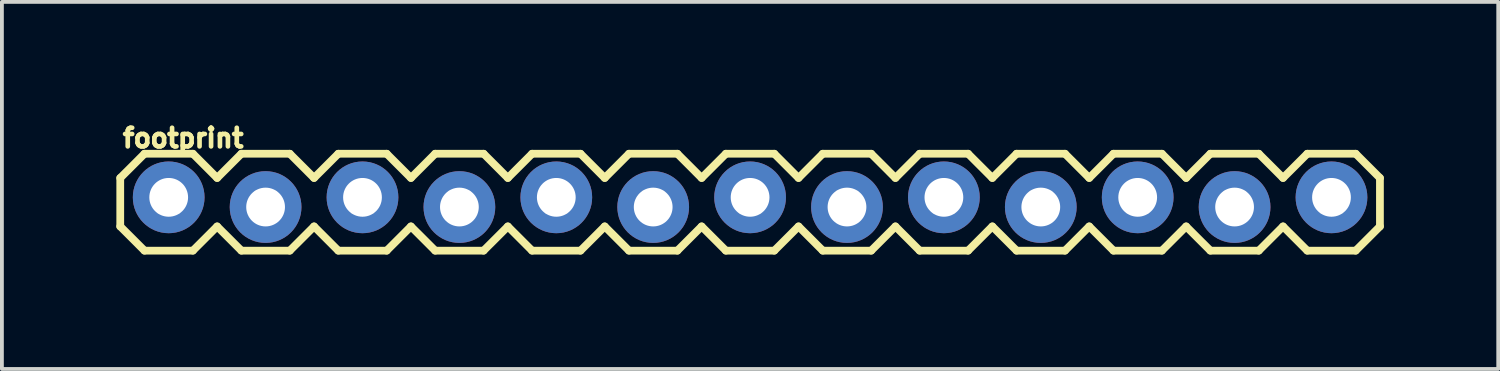
<source format=kicad_pcb>
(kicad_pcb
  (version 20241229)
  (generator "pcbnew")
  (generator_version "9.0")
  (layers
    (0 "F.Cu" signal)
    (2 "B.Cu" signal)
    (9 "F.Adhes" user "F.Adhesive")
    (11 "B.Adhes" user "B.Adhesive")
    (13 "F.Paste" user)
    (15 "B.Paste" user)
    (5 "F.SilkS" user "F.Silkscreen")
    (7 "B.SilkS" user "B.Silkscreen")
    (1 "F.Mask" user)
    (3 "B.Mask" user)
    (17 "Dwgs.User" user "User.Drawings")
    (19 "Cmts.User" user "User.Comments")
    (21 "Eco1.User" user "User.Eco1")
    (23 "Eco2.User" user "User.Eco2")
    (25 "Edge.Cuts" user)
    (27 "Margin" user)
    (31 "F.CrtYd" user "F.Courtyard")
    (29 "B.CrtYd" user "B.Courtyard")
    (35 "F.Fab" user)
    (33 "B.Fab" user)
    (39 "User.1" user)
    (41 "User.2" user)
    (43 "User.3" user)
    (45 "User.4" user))
  (footprint "footprint"
    (layer "F.Cu")
    (at 1.372 2.25)
    (property "Reference" "footprint" (at -1.27 -1.397 0) (layer "F.SilkS") (effects (font (size 0.488 0.488) (thickness 0.122)) (justify left bottom)))
    (fp_line (start -1.27 -0.635) (end -1.27 0.635) (stroke (width 0.203) (type solid)) (layer "F.SilkS"))
    (fp_line (start -1.27 0.635) (end -0.635 1.27) (stroke (width 0.203) (type solid)) (layer "F.SilkS"))
    (fp_line (start -0.635 -1.27) (end -1.27 -0.635) (stroke (width 0.203) (type solid)) (layer "F.SilkS"))
    (fp_line (start -0.635 -1.27) (end 0.635 -1.27) (stroke (width 0.203) (type solid)) (layer "F.SilkS"))
    (fp_line (start 0.635 -1.27) (end 1.27 -0.635) (stroke (width 0.203) (type solid)) (layer "F.SilkS"))
    (fp_line (start 0.635 1.27) (end -0.635 1.27) (stroke (width 0.203) (type solid)) (layer "F.SilkS"))
    (fp_line (start 1.27 -0.635) (end 1.905 -1.27) (stroke (width 0.203) (type solid)) (layer "F.SilkS"))
    (fp_line (start 1.27 0.635) (end 0.635 1.27) (stroke (width 0.203) (type solid)) (layer "F.SilkS"))
    (fp_line (start 1.905 -1.27) (end 3.175 -1.27) (stroke (width 0.203) (type solid)) (layer "F.SilkS"))
    (fp_line (start 1.905 1.27) (end 1.27 0.635) (stroke (width 0.203) (type solid)) (layer "F.SilkS"))
    (fp_line (start 3.175 -1.27) (end 3.81 -0.635) (stroke (width 0.203) (type solid)) (layer "F.SilkS"))
    (fp_line (start 3.175 1.27) (end 1.905 1.27) (stroke (width 0.203) (type solid)) (layer "F.SilkS"))
    (fp_line (start 3.81 -0.635) (end 4.445 -1.27) (stroke (width 0.203) (type solid)) (layer "F.SilkS"))
    (fp_line (start 3.81 0.635) (end 3.175 1.27) (stroke (width 0.203) (type solid)) (layer "F.SilkS"))
    (fp_line (start 4.445 -1.27) (end 5.715 -1.27) (stroke (width 0.203) (type solid)) (layer "F.SilkS"))
    (fp_line (start 4.445 1.27) (end 3.81 0.635) (stroke (width 0.203) (type solid)) (layer "F.SilkS"))
    (fp_line (start 5.715 -1.27) (end 6.35 -0.635) (stroke (width 0.203) (type solid)) (layer "F.SilkS"))
    (fp_line (start 5.715 1.27) (end 4.445 1.27) (stroke (width 0.203) (type solid)) (layer "F.SilkS"))
    (fp_line (start 6.35 0.635) (end 5.715 1.27) (stroke (width 0.203) (type solid)) (layer "F.SilkS"))
    (fp_line (start 6.35 0.635) (end 6.985 1.27) (stroke (width 0.203) (type solid)) (layer "F.SilkS"))
    (fp_line (start 6.985 -1.27) (end 6.35 -0.635) (stroke (width 0.203) (type solid)) (layer "F.SilkS"))
    (fp_line (start 6.985 -1.27) (end 8.255 -1.27) (stroke (width 0.203) (type solid)) (layer "F.SilkS"))
    (fp_line (start 8.255 -1.27) (end 8.89 -0.635) (stroke (width 0.203) (type solid)) (layer "F.SilkS"))
    (fp_line (start 8.255 1.27) (end 6.985 1.27) (stroke (width 0.203) (type solid)) (layer "F.SilkS"))
    (fp_line (start 8.89 -0.635) (end 9.525 -1.27) (stroke (width 0.203) (type solid)) (layer "F.SilkS"))
    (fp_line (start 8.89 0.635) (end 8.255 1.27) (stroke (width 0.203) (type solid)) (layer "F.SilkS"))
    (fp_line (start 9.525 -1.27) (end 10.795 -1.27) (stroke (width 0.203) (type solid)) (layer "F.SilkS"))
    (fp_line (start 9.525 1.27) (end 8.89 0.635) (stroke (width 0.203) (type solid)) (layer "F.SilkS"))
    (fp_line (start 10.795 -1.27) (end 11.43 -0.635) (stroke (width 0.203) (type solid)) (layer "F.SilkS"))
    (fp_line (start 10.795 1.27) (end 9.525 1.27) (stroke (width 0.203) (type solid)) (layer "F.SilkS"))
    (fp_line (start 11.43 -0.635) (end 12.065 -1.27) (stroke (width 0.203) (type solid)) (layer "F.SilkS"))
    (fp_line (start 11.43 0.635) (end 10.795 1.27) (stroke (width 0.203) (type solid)) (layer "F.SilkS"))
    (fp_line (start 12.065 -1.27) (end 13.335 -1.27) (stroke (width 0.203) (type solid)) (layer "F.SilkS"))
    (fp_line (start 12.065 1.27) (end 11.43 0.635) (stroke (width 0.203) (type solid)) (layer "F.SilkS"))
    (fp_line (start 13.335 -1.27) (end 13.97 -0.635) (stroke (width 0.203) (type solid)) (layer "F.SilkS"))
    (fp_line (start 13.335 1.27) (end 12.065 1.27) (stroke (width 0.203) (type solid)) (layer "F.SilkS"))
    (fp_line (start 13.97 0.635) (end 13.335 1.27) (stroke (width 0.203) (type solid)) (layer "F.SilkS"))
    (fp_line (start 13.97 0.635) (end 14.605 1.27) (stroke (width 0.203) (type solid)) (layer "F.SilkS"))
    (fp_line (start 14.605 -1.27) (end 13.97 -0.635) (stroke (width 0.203) (type solid)) (layer "F.SilkS"))
    (fp_line (start 14.605 -1.27) (end 15.875 -1.27) (stroke (width 0.203) (type solid)) (layer "F.SilkS"))
    (fp_line (start 15.875 -1.27) (end 16.51 -0.635) (stroke (width 0.203) (type solid)) (layer "F.SilkS"))
    (fp_line (start 15.875 1.27) (end 14.605 1.27) (stroke (width 0.203) (type solid)) (layer "F.SilkS"))
    (fp_line (start 16.51 0.635) (end 15.875 1.27) (stroke (width 0.203) (type solid)) (layer "F.SilkS"))
    (fp_line (start 16.51 0.635) (end 17.145 1.27) (stroke (width 0.203) (type solid)) (layer "F.SilkS"))
    (fp_line (start 17.145 -1.27) (end 16.51 -0.635) (stroke (width 0.203) (type solid)) (layer "F.SilkS"))
    (fp_line (start 17.145 -1.27) (end 18.415 -1.27) (stroke (width 0.203) (type solid)) (layer "F.SilkS"))
    (fp_line (start 18.415 -1.27) (end 19.05 -0.635) (stroke (width 0.203) (type solid)) (layer "F.SilkS"))
    (fp_line (start 18.415 1.27) (end 17.145 1.27) (stroke (width 0.203) (type solid)) (layer "F.SilkS"))
    (fp_line (start 19.05 0.635) (end 18.415 1.27) (stroke (width 0.203) (type solid)) (layer "F.SilkS"))
    (fp_line (start 19.05 0.635) (end 19.685 1.27) (stroke (width 0.203) (type solid)) (layer "F.SilkS"))
    (fp_line (start 19.685 -1.27) (end 19.05 -0.635) (stroke (width 0.203) (type solid)) (layer "F.SilkS"))
    (fp_line (start 19.685 -1.27) (end 20.955 -1.27) (stroke (width 0.203) (type solid)) (layer "F.SilkS"))
    (fp_line (start 20.955 -1.27) (end 21.59 -0.635) (stroke (width 0.203) (type solid)) (layer "F.SilkS"))
    (fp_line (start 20.955 1.27) (end 19.685 1.27) (stroke (width 0.203) (type solid)) (layer "F.SilkS"))
    (fp_line (start 21.59 0.635) (end 20.955 1.27) (stroke (width 0.203) (type solid)) (layer "F.SilkS"))
    (fp_line (start 21.59 0.635) (end 22.225 1.27) (stroke (width 0.203) (type solid)) (layer "F.SilkS"))
    (fp_line (start 22.225 -1.27) (end 21.59 -0.635) (stroke (width 0.203) (type solid)) (layer "F.SilkS"))
    (fp_line (start 22.225 -1.27) (end 23.495 -1.27) (stroke (width 0.203) (type solid)) (layer "F.SilkS"))
    (fp_line (start 23.495 -1.27) (end 24.13 -0.635) (stroke (width 0.203) (type solid)) (layer "F.SilkS"))
    (fp_line (start 23.495 1.27) (end 22.225 1.27) (stroke (width 0.203) (type solid)) (layer "F.SilkS"))
    (fp_line (start 24.13 0.635) (end 23.495 1.27) (stroke (width 0.203) (type solid)) (layer "F.SilkS"))
    (fp_line (start 24.13 0.635) (end 24.765 1.27) (stroke (width 0.203) (type solid)) (layer "F.SilkS"))
    (fp_line (start 24.765 -1.27) (end 24.13 -0.635) (stroke (width 0.203) (type solid)) (layer "F.SilkS"))
    (fp_line (start 24.765 -1.27) (end 26.035 -1.27) (stroke (width 0.203) (type solid)) (layer "F.SilkS"))
    (fp_line (start 26.035 -1.27) (end 26.67 -0.635) (stroke (width 0.203) (type solid)) (layer "F.SilkS"))
    (fp_line (start 26.035 1.27) (end 24.765 1.27) (stroke (width 0.203) (type solid)) (layer "F.SilkS"))
    (fp_line (start 26.67 0.635) (end 26.035 1.27) (stroke (width 0.203) (type solid)) (layer "F.SilkS"))
    (fp_line (start 26.67 0.635) (end 27.305 1.27) (stroke (width 0.203) (type solid)) (layer "F.SilkS"))
    (fp_line (start 27.305 -1.27) (end 26.67 -0.635) (stroke (width 0.203) (type solid)) (layer "F.SilkS"))
    (fp_line (start 27.305 -1.27) (end 28.575 -1.27) (stroke (width 0.203) (type solid)) (layer "F.SilkS"))
    (fp_line (start 28.575 -1.27) (end 29.21 -0.635) (stroke (width 0.203) (type solid)) (layer "F.SilkS"))
    (fp_line (start 28.575 1.27) (end 27.305 1.27) (stroke (width 0.203) (type solid)) (layer "F.SilkS"))
    (fp_line (start 29.21 0.635) (end 28.575 1.27) (stroke (width 0.203) (type solid)) (layer "F.SilkS"))
    (fp_line (start 29.21 0.635) (end 29.845 1.27) (stroke (width 0.203) (type solid)) (layer "F.SilkS"))
    (fp_line (start 29.845 -1.27) (end 29.21 -0.635) (stroke (width 0.203) (type solid)) (layer "F.SilkS"))
    (fp_line (start 29.845 -1.27) (end 31.115 -1.27) (stroke (width 0.203) (type solid)) (layer "F.SilkS"))
    (fp_line (start 31.115 -1.27) (end 31.75 -0.635) (stroke (width 0.203) (type solid)) (layer "F.SilkS"))
    (fp_line (start 31.115 1.27) (end 29.845 1.27) (stroke (width 0.203) (type solid)) (layer "F.SilkS"))
    (fp_line (start 31.75 -0.635) (end 31.75 0.635) (stroke (width 0.203) (type solid)) (layer "F.SilkS"))
    (fp_line (start 31.75 0.635) (end 31.115 1.27) (stroke (width 0.203) (type solid)) (layer "F.SilkS"))
    (fp_poly (pts (xy -0.254 0.254) (xy 0.254 0.254) (xy 0.254 -0.254) (xy -0.254 -0.254)) (stroke (width 0.1) (type solid)) (fill no) (layer "F.Fab"))
    (fp_poly (pts (xy 2.286 0.254) (xy 2.794 0.254) (xy 2.794 -0.254) (xy 2.286 -0.254)) (stroke (width 0.1) (type solid)) (fill no) (layer "F.Fab"))
    (fp_poly (pts (xy 4.826 0.254) (xy 5.334 0.254) (xy 5.334 -0.254) (xy 4.826 -0.254)) (stroke (width 0.1) (type solid)) (fill no) (layer "F.Fab"))
    (fp_poly (pts (xy 7.366 0.254) (xy 7.874 0.254) (xy 7.874 -0.254) (xy 7.366 -0.254)) (stroke (width 0.1) (type solid)) (fill no) (layer "F.Fab"))
    (fp_poly (pts (xy 9.906 0.254) (xy 10.414 0.254) (xy 10.414 -0.254) (xy 9.906 -0.254)) (stroke (width 0.1) (type solid)) (fill no) (layer "F.Fab"))
    (fp_poly (pts (xy 12.954 0.254) (xy 12.954 -0.254) (xy 12.446 -0.254) (xy 12.446 0.254)) (stroke (width 0.1) (type solid)) (fill no) (layer "F.Fab"))
    (fp_poly (pts (xy 14.986 0.254) (xy 15.494 0.254) (xy 15.494 -0.254) (xy 14.986 -0.254)) (stroke (width 0.1) (type solid)) (fill no) (layer "F.Fab"))
    (fp_poly (pts (xy 17.526 0.254) (xy 18.034 0.254) (xy 18.034 -0.254) (xy 17.526 -0.254)) (stroke (width 0.1) (type solid)) (fill no) (layer "F.Fab"))
    (fp_poly (pts (xy 20.066 0.254) (xy 20.574 0.254) (xy 20.574 -0.254) (xy 20.066 -0.254)) (stroke (width 0.1) (type solid)) (fill no) (layer "F.Fab"))
    (fp_poly (pts (xy 22.606 0.254) (xy 23.114 0.254) (xy 23.114 -0.254) (xy 22.606 -0.254)) (stroke (width 0.1) (type solid)) (fill no) (layer "F.Fab"))
    (fp_poly (pts (xy 25.146 0.254) (xy 25.654 0.254) (xy 25.654 -0.254) (xy 25.146 -0.254)) (stroke (width 0.1) (type solid)) (fill no) (layer "F.Fab"))
    (fp_poly (pts (xy 27.686 0.254) (xy 28.194 0.254) (xy 28.194 -0.254) (xy 27.686 -0.254)) (stroke (width 0.1) (type solid)) (fill no) (layer "F.Fab"))
    (fp_poly (pts (xy 30.226 0.254) (xy 30.734 0.254) (xy 30.734 -0.254) (xy 30.226 -0.254)) (stroke (width 0.1) (type solid)) (fill no) (layer "F.Fab"))
    (pad "1" thru_hole circle (at 0 -0.127 90) (size 1.88 1.88) (drill 1.016) (layers "*.Cu" "*.Mask"))
    (pad "2" thru_hole circle (at 2.54 0.127 90) (size 1.88 1.88) (drill 1.016) (layers "*.Cu" "*.Mask"))
    (pad "3" thru_hole circle (at 5.08 -0.127 90) (size 1.88 1.88) (drill 1.016) (layers "*.Cu" "*.Mask"))
    (pad "4" thru_hole circle (at 7.62 0.127 90) (size 1.88 1.88) (drill 1.016) (layers "*.Cu" "*.Mask"))
    (pad "5" thru_hole circle (at 10.16 -0.127 90) (size 1.88 1.88) (drill 1.016) (layers "*.Cu" "*.Mask"))
    (pad "6" thru_hole circle (at 12.7 0.127 90) (size 1.88 1.88) (drill 1.016) (layers "*.Cu" "*.Mask"))
    (pad "7" thru_hole circle (at 15.24 -0.127 90) (size 1.88 1.88) (drill 1.016) (layers "*.Cu" "*.Mask"))
    (pad "8" thru_hole circle (at 17.78 0.127 90) (size 1.88 1.88) (drill 1.016) (layers "*.Cu" "*.Mask"))
    (pad "9" thru_hole circle (at 20.32 -0.127 90) (size 1.88 1.88) (drill 1.016) (layers "*.Cu" "*.Mask"))
    (pad "10" thru_hole circle (at 22.86 0.127 90) (size 1.88 1.88) (drill 1.016) (layers "*.Cu" "*.Mask"))
    (pad "11" thru_hole circle (at 25.4 -0.127 90) (size 1.88 1.88) (drill 1.016) (layers "*.Cu" "*.Mask"))
    (pad "12" thru_hole circle (at 27.94 0.127 90) (size 1.88 1.88) (drill 1.016) (layers "*.Cu" "*.Mask"))
    (pad "13" thru_hole circle (at 30.48 -0.127 90) (size 1.88 1.88) (drill 1.016) (layers "*.Cu" "*.Mask")))
  (gr_rect
    (start -3 -3)
    (end 36.223 6.622)
    (stroke (width 0.1) (type default))
    (fill no)
    (layer "Edge.Cuts")))
</source>
